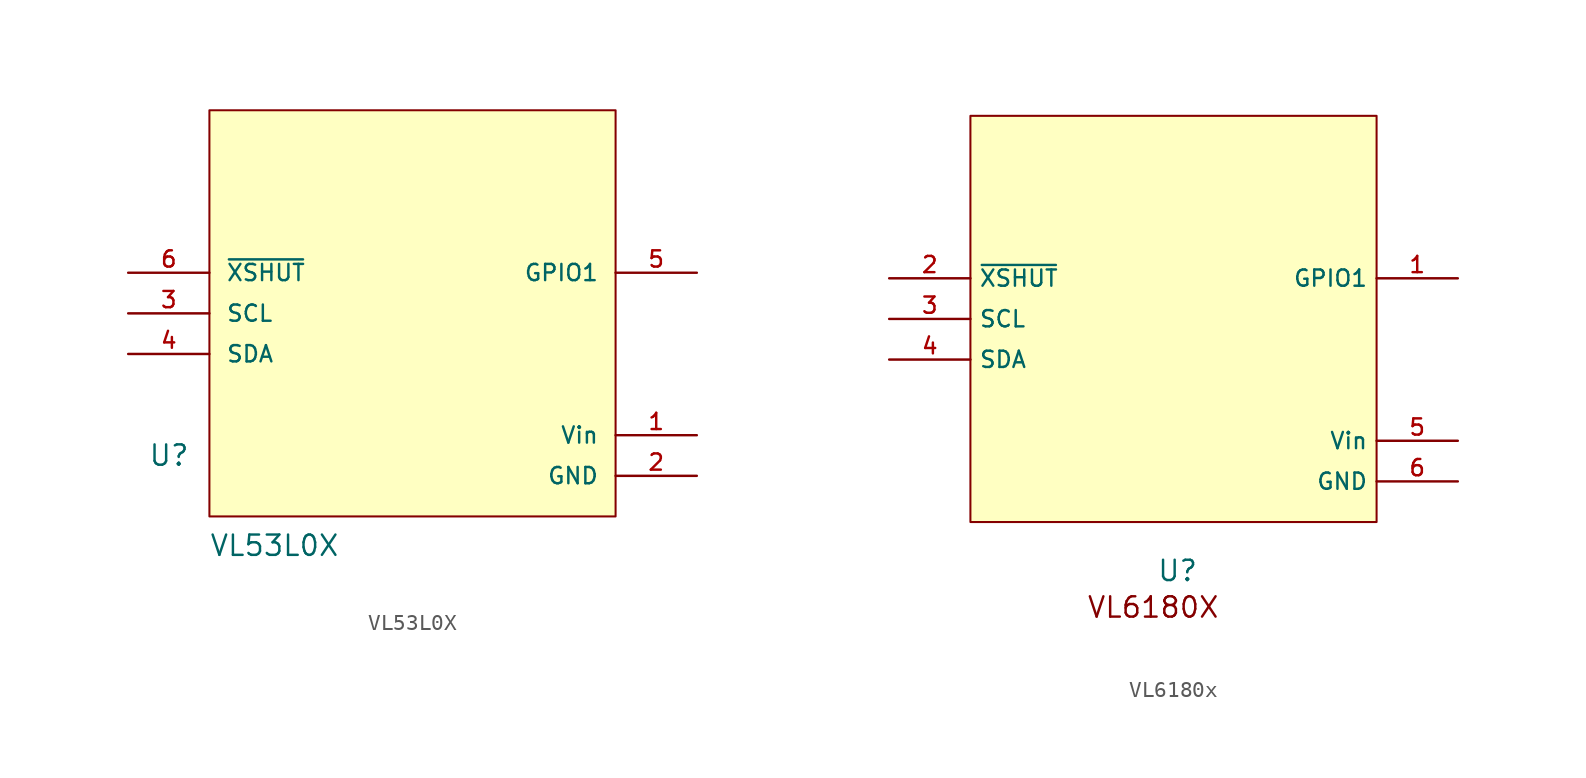
<source format=kicad_sym>
(kicad_symbol_lib
  (version 20241209)
  (generator "kicad_symbol_editor")
  (generator_version "9.0")
  (symbol "VL53L0X"
    (pin_names
      (offset 1.016))
    (property "Reference" "U"
      (at -12.724 13.233 0)
      (effects (font (size 1.27 1.27)) (justify left bottom)))
    (property "Value" "VL53L0X"
      (at -8.911 7.595 0)
      (effects (font (size 1.27 1.27)) (justify left bottom)))
    (symbol "VL53L0X_0_0"
      (rectangle (start -8.89 35.56) (end 16.51 10.16) (stroke (width 0.127) (type default)) (fill (type background))))
    (symbol "VL53L0X_1_0"
      (pin input line (at -13.97 25.4 0) (length 5.08) (name "~{XSHUT}" (effects (font (size 1.016 1.016)))) (number "6" (effects (font (size 1.016 1.016)))))
      (pin input line (at -13.97 22.86 0) (length 5.08) (name "SCL" (effects (font (size 1.016 1.016)))) (number "3" (effects (font (size 1.016 1.016)))))
      (pin bidirectional line (at -13.97 20.32 0) (length 5.08) (name "SDA" (effects (font (size 1.016 1.016)))) (number "4" (effects (font (size 1.016 1.016)))))
      (pin output line (at 21.59 25.4 180) (length 5.08) (name "GPIO1" (effects (font (size 1.016 1.016)))) (number "5" (effects (font (size 1.016 1.016)))))
      (pin bidirectional line (at 21.59 15.24 180) (length 5.08) (name "Vin" (effects (font (size 1.016 1.016)))) (number "1" (effects (font (size 1.016 1.016)))))
      (pin bidirectional line (at 21.59 12.7 180) (length 5.08) (name "GND" (effects (font (size 1.016 1.016)))) (number "2" (effects (font (size 1.016 1.016)))))))
  (symbol "VL6180x"
    (property "Reference" "U"
      (at 0.254 -14.478 0)
      (effects (font (size 1.27 1.27))))
    (property "Value" ""
      (at 0 0 0)
      (effects (font (size 1.27 1.27))))
    (symbol "VL6180x_0_0"
      (rectangle (start -12.7 13.97) (end 12.7 -11.43) (stroke (width 0.127) (type default)) (fill (type background))))
    (symbol "VL6180x_1_0"
      (pin input line (at -17.78 3.81 0) (length 5.08) (name "~{XSHUT}" (effects (font (size 1.016 1.016)))) (number "2" (effects (font (size 1.016 1.016)))))
      (pin input line (at -17.78 1.27 0) (length 5.08) (name "SCL" (effects (font (size 1.016 1.016)))) (number "3" (effects (font (size 1.016 1.016)))))
      (pin bidirectional line (at -17.78 -1.27 0) (length 5.08) (name "SDA" (effects (font (size 1.016 1.016)))) (number "4" (effects (font (size 1.016 1.016)))))
      (pin output line (at 17.78 3.81 180) (length 5.08) (name "GPIO1" (effects (font (size 1.016 1.016)))) (number "1" (effects (font (size 1.016 1.016)))))
      (pin bidirectional line (at 17.78 -6.35 180) (length 5.08) (name "Vin" (effects (font (size 1.016 1.016)))) (number "5" (effects (font (size 1.016 1.016)))))
      (pin bidirectional line (at 17.78 -8.89 180) (length 5.08) (name "GND" (effects (font (size 1.016 1.016)))) (number "6" (effects (font (size 1.016 1.016))))))
    (symbol "VL6180x_1_1"
      (text "VL6180X\n" (at -1.27 -16.764 0) (effects (font (size 1.27 1.27)))))))
</source>
